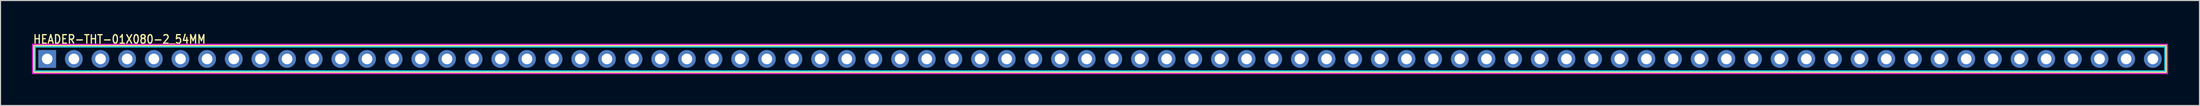
<source format=kicad_pcb>
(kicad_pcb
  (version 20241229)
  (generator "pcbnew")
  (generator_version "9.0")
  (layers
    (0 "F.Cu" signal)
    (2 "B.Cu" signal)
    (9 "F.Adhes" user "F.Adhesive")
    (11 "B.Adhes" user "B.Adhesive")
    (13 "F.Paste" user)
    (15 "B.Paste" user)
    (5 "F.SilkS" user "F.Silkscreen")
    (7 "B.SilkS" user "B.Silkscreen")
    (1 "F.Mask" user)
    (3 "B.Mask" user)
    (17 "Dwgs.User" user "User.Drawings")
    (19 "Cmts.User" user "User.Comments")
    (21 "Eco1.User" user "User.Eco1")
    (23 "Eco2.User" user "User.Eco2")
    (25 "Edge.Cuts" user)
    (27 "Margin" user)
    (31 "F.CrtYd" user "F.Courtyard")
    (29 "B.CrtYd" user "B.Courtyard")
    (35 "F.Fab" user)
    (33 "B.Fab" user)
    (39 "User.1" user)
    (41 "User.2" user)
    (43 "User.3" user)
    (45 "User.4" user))
  (footprint "HEADER-THT-01X080-2_54MM"
    (layer "F.Cu")
    (at 1.447 2.579)
    (property "Reference" "HEADER-THT-01X080-2_54MM" (at -1.4 -1.4 0) (unlocked yes) (layer "F.SilkS") (effects (font (size 0.813 0.695) (thickness 0.122)) (justify left bottom)))
    (fp_line (start -1.27 -1.27) (end -1.27 1.27) (stroke (width 0.127) (type solid)) (layer "F.SilkS"))
    (fp_line (start -1.27 1.27) (end 201.93 1.27) (stroke (width 0.127) (type solid)) (layer "F.SilkS"))
    (fp_line (start 201.93 -1.27) (end -1.27 -1.27) (stroke (width 0.127) (type solid)) (layer "F.SilkS"))
    (fp_line (start 201.93 1.27) (end 201.93 -1.27) (stroke (width 0.127) (type solid)) (layer "F.SilkS"))
    (fp_poly (pts (xy -1.143 -1.143) (xy 201.803 -1.143) (xy 201.803 1.143) (xy -1.143 1.143)) (stroke (width 0.1) (type solid)) (fill no) (layer "B.CrtYd"))
    (fp_poly (pts (xy -1.397 -1.397) (xy 202.057 -1.397) (xy 202.057 1.397) (xy -1.397 1.397)) (stroke (width 0.1) (type solid)) (fill no) (layer "F.CrtYd"))
    (pad "1" thru_hole rect (at 0 0) (size 1.693 1.693) (drill 1.016) (layers "*.Cu" "*.Mask"))
    (pad "2" thru_hole oval (at 2.54 0) (size 1.693 1.693) (drill 1.016) (layers "*.Cu" "*.Mask"))
    (pad "3" thru_hole oval (at 5.08 0) (size 1.693 1.693) (drill 1.016) (layers "*.Cu" "*.Mask"))
    (pad "4" thru_hole oval (at 7.62 0) (size 1.693 1.693) (drill 1.016) (layers "*.Cu" "*.Mask"))
    (pad "5" thru_hole oval (at 10.16 0) (size 1.693 1.693) (drill 1.016) (layers "*.Cu" "*.Mask"))
    (pad "6" thru_hole oval (at 12.7 0) (size 1.693 1.693) (drill 1.016) (layers "*.Cu" "*.Mask"))
    (pad "7" thru_hole oval (at 15.24 0) (size 1.693 1.693) (drill 1.016) (layers "*.Cu" "*.Mask"))
    (pad "8" thru_hole oval (at 17.78 0) (size 1.693 1.693) (drill 1.016) (layers "*.Cu" "*.Mask"))
    (pad "9" thru_hole oval (at 20.32 0) (size 1.693 1.693) (drill 1.016) (layers "*.Cu" "*.Mask"))
    (pad "10" thru_hole oval (at 22.86 0) (size 1.693 1.693) (drill 1.016) (layers "*.Cu" "*.Mask"))
    (pad "11" thru_hole oval (at 25.4 0) (size 1.693 1.693) (drill 1.016) (layers "*.Cu" "*.Mask"))
    (pad "12" thru_hole oval (at 27.94 0) (size 1.693 1.693) (drill 1.016) (layers "*.Cu" "*.Mask"))
    (pad "13" thru_hole oval (at 30.48 0) (size 1.693 1.693) (drill 1.016) (layers "*.Cu" "*.Mask"))
    (pad "14" thru_hole oval (at 33.02 0) (size 1.693 1.693) (drill 1.016) (layers "*.Cu" "*.Mask"))
    (pad "15" thru_hole oval (at 35.56 0) (size 1.693 1.693) (drill 1.016) (layers "*.Cu" "*.Mask"))
    (pad "16" thru_hole oval (at 38.1 0) (size 1.693 1.693) (drill 1.016) (layers "*.Cu" "*.Mask"))
    (pad "17" thru_hole oval (at 40.64 0) (size 1.693 1.693) (drill 1.016) (layers "*.Cu" "*.Mask"))
    (pad "18" thru_hole oval (at 43.18 0) (size 1.693 1.693) (drill 1.016) (layers "*.Cu" "*.Mask"))
    (pad "19" thru_hole oval (at 45.72 0) (size 1.693 1.693) (drill 1.016) (layers "*.Cu" "*.Mask"))
    (pad "20" thru_hole oval (at 48.26 0) (size 1.693 1.693) (drill 1.016) (layers "*.Cu" "*.Mask"))
    (pad "21" thru_hole oval (at 50.8 0) (size 1.693 1.693) (drill 1.016) (layers "*.Cu" "*.Mask"))
    (pad "22" thru_hole oval (at 53.34 0) (size 1.693 1.693) (drill 1.016) (layers "*.Cu" "*.Mask"))
    (pad "23" thru_hole oval (at 55.88 0) (size 1.693 1.693) (drill 1.016) (layers "*.Cu" "*.Mask"))
    (pad "24" thru_hole oval (at 58.42 0) (size 1.693 1.693) (drill 1.016) (layers "*.Cu" "*.Mask"))
    (pad "25" thru_hole oval (at 60.96 0) (size 1.693 1.693) (drill 1.016) (layers "*.Cu" "*.Mask"))
    (pad "26" thru_hole oval (at 63.5 0) (size 1.693 1.693) (drill 1.016) (layers "*.Cu" "*.Mask"))
    (pad "27" thru_hole oval (at 66.04 0) (size 1.693 1.693) (drill 1.016) (layers "*.Cu" "*.Mask"))
    (pad "28" thru_hole oval (at 68.58 0) (size 1.693 1.693) (drill 1.016) (layers "*.Cu" "*.Mask"))
    (pad "29" thru_hole oval (at 71.12 0) (size 1.693 1.693) (drill 1.016) (layers "*.Cu" "*.Mask"))
    (pad "30" thru_hole oval (at 73.66 0) (size 1.693 1.693) (drill 1.016) (layers "*.Cu" "*.Mask"))
    (pad "31" thru_hole oval (at 76.2 0) (size 1.693 1.693) (drill 1.016) (layers "*.Cu" "*.Mask"))
    (pad "32" thru_hole oval (at 78.74 0) (size 1.693 1.693) (drill 1.016) (layers "*.Cu" "*.Mask"))
    (pad "33" thru_hole oval (at 81.28 0) (size 1.693 1.693) (drill 1.016) (layers "*.Cu" "*.Mask"))
    (pad "34" thru_hole oval (at 83.82 0) (size 1.693 1.693) (drill 1.016) (layers "*.Cu" "*.Mask"))
    (pad "35" thru_hole oval (at 86.36 0) (size 1.693 1.693) (drill 1.016) (layers "*.Cu" "*.Mask"))
    (pad "36" thru_hole oval (at 88.9 0) (size 1.693 1.693) (drill 1.016) (layers "*.Cu" "*.Mask"))
    (pad "37" thru_hole oval (at 91.44 0) (size 1.693 1.693) (drill 1.016) (layers "*.Cu" "*.Mask"))
    (pad "38" thru_hole oval (at 93.98 0) (size 1.693 1.693) (drill 1.016) (layers "*.Cu" "*.Mask"))
    (pad "39" thru_hole oval (at 96.52 0) (size 1.693 1.693) (drill 1.016) (layers "*.Cu" "*.Mask"))
    (pad "40" thru_hole oval (at 99.06 0) (size 1.693 1.693) (drill 1.016) (layers "*.Cu" "*.Mask"))
    (pad "41" thru_hole oval (at 101.6 0) (size 1.693 1.693) (drill 1.016) (layers "*.Cu" "*.Mask"))
    (pad "42" thru_hole oval (at 104.14 0) (size 1.693 1.693) (drill 1.016) (layers "*.Cu" "*.Mask"))
    (pad "43" thru_hole oval (at 106.68 0) (size 1.693 1.693) (drill 1.016) (layers "*.Cu" "*.Mask"))
    (pad "44" thru_hole oval (at 109.22 0) (size 1.693 1.693) (drill 1.016) (layers "*.Cu" "*.Mask"))
    (pad "45" thru_hole oval (at 111.76 0) (size 1.693 1.693) (drill 1.016) (layers "*.Cu" "*.Mask"))
    (pad "46" thru_hole oval (at 114.3 0) (size 1.693 1.693) (drill 1.016) (layers "*.Cu" "*.Mask"))
    (pad "47" thru_hole oval (at 116.84 0) (size 1.693 1.693) (drill 1.016) (layers "*.Cu" "*.Mask"))
    (pad "48" thru_hole oval (at 119.38 0) (size 1.693 1.693) (drill 1.016) (layers "*.Cu" "*.Mask"))
    (pad "49" thru_hole oval (at 121.92 0) (size 1.693 1.693) (drill 1.016) (layers "*.Cu" "*.Mask"))
    (pad "50" thru_hole oval (at 124.46 0) (size 1.693 1.693) (drill 1.016) (layers "*.Cu" "*.Mask"))
    (pad "51" thru_hole oval (at 127 0) (size 1.693 1.693) (drill 1.016) (layers "*.Cu" "*.Mask"))
    (pad "52" thru_hole oval (at 129.54 0) (size 1.693 1.693) (drill 1.016) (layers "*.Cu" "*.Mask"))
    (pad "53" thru_hole oval (at 132.08 0) (size 1.693 1.693) (drill 1.016) (layers "*.Cu" "*.Mask"))
    (pad "54" thru_hole oval (at 134.62 0) (size 1.693 1.693) (drill 1.016) (layers "*.Cu" "*.Mask"))
    (pad "55" thru_hole oval (at 137.16 0) (size 1.693 1.693) (drill 1.016) (layers "*.Cu" "*.Mask"))
    (pad "56" thru_hole oval (at 139.7 0) (size 1.693 1.693) (drill 1.016) (layers "*.Cu" "*.Mask"))
    (pad "57" thru_hole oval (at 142.24 0) (size 1.693 1.693) (drill 1.016) (layers "*.Cu" "*.Mask"))
    (pad "58" thru_hole oval (at 144.78 0) (size 1.693 1.693) (drill 1.016) (layers "*.Cu" "*.Mask"))
    (pad "59" thru_hole oval (at 147.32 0) (size 1.693 1.693) (drill 1.016) (layers "*.Cu" "*.Mask"))
    (pad "60" thru_hole oval (at 149.86 0) (size 1.693 1.693) (drill 1.016) (layers "*.Cu" "*.Mask"))
    (pad "61" thru_hole oval (at 152.4 0) (size 1.693 1.693) (drill 1.016) (layers "*.Cu" "*.Mask"))
    (pad "62" thru_hole oval (at 154.94 0) (size 1.693 1.693) (drill 1.016) (layers "*.Cu" "*.Mask"))
    (pad "63" thru_hole oval (at 157.48 0) (size 1.693 1.693) (drill 1.016) (layers "*.Cu" "*.Mask"))
    (pad "64" thru_hole oval (at 160.02 0) (size 1.693 1.693) (drill 1.016) (layers "*.Cu" "*.Mask"))
    (pad "65" thru_hole oval (at 162.56 0) (size 1.693 1.693) (drill 1.016) (layers "*.Cu" "*.Mask"))
    (pad "66" thru_hole oval (at 165.1 0) (size 1.693 1.693) (drill 1.016) (layers "*.Cu" "*.Mask"))
    (pad "67" thru_hole oval (at 167.64 0) (size 1.693 1.693) (drill 1.016) (layers "*.Cu" "*.Mask"))
    (pad "68" thru_hole oval (at 170.18 0) (size 1.693 1.693) (drill 1.016) (layers "*.Cu" "*.Mask"))
    (pad "69" thru_hole oval (at 172.72 0) (size 1.693 1.693) (drill 1.016) (layers "*.Cu" "*.Mask"))
    (pad "70" thru_hole oval (at 175.26 0) (size 1.693 1.693) (drill 1.016) (layers "*.Cu" "*.Mask"))
    (pad "71" thru_hole oval (at 177.8 0) (size 1.693 1.693) (drill 1.016) (layers "*.Cu" "*.Mask"))
    (pad "72" thru_hole oval (at 180.34 0) (size 1.693 1.693) (drill 1.016) (layers "*.Cu" "*.Mask"))
    (pad "73" thru_hole oval (at 182.88 0) (size 1.693 1.693) (drill 1.016) (layers "*.Cu" "*.Mask"))
    (pad "74" thru_hole oval (at 185.42 0) (size 1.693 1.693) (drill 1.016) (layers "*.Cu" "*.Mask"))
    (pad "75" thru_hole oval (at 187.96 0) (size 1.693 1.693) (drill 1.016) (layers "*.Cu" "*.Mask"))
    (pad "76" thru_hole oval (at 190.5 0) (size 1.693 1.693) (drill 1.016) (layers "*.Cu" "*.Mask"))
    (pad "77" thru_hole oval (at 193.04 0) (size 1.693 1.693) (drill 1.016) (layers "*.Cu" "*.Mask"))
    (pad "78" thru_hole oval (at 195.58 0) (size 1.693 1.693) (drill 1.016) (layers "*.Cu" "*.Mask"))
    (pad "79" thru_hole oval (at 198.12 0) (size 1.693 1.693) (drill 1.016) (layers "*.Cu" "*.Mask"))
    (pad "80" thru_hole oval (at 200.66 0) (size 1.693 1.693) (drill 1.016) (layers "*.Cu" "*.Mask")))
  (gr_rect
    (start -3 -3)
    (end 206.554 7.026)
    (stroke (width 0.1) (type default))
    (fill no)
    (layer "Edge.Cuts")))
</source>
